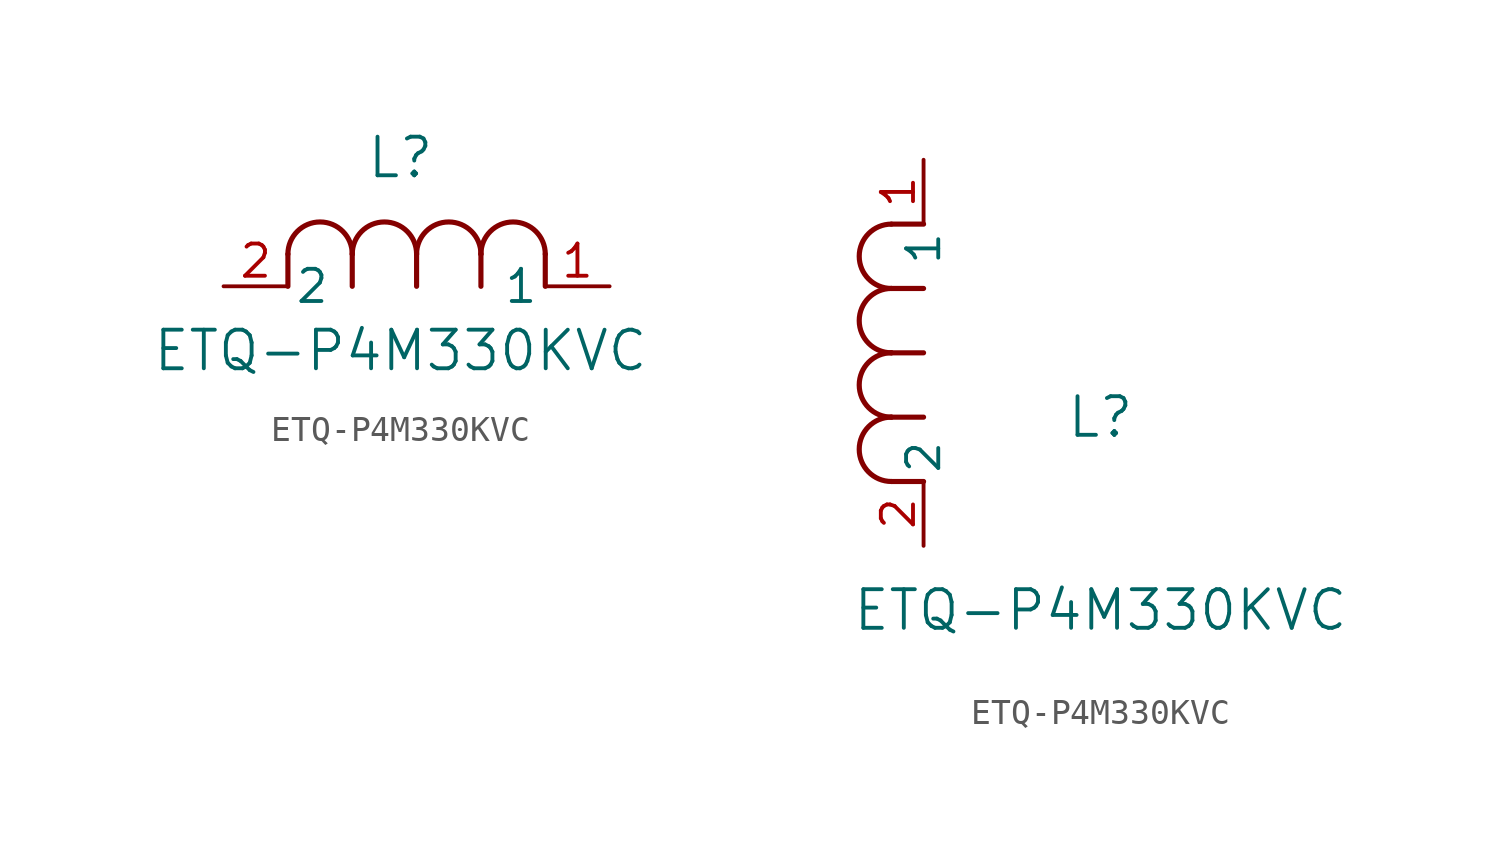
<source format=kicad_sym>
(kicad_symbol_lib
  (version 20211014)
  (generator kicad_symbol_editor)
  (symbol "ETQ-P4M330KVC"
    (pin_names
      (offset 0.254))
    (property "Reference" "L"
      (at 6.985 5.08 0)
      (effects (font (size 1.524 1.524))))
    (property "Value" "ETQ-P4M330KVC"
      (at 6.985 -2.54 0)
      (effects (font (size 1.524 1.524))))
    (symbol "ETQ-P4M330KVC_1_1"
      (arc (start 7.62 1.27) (mid 6.35 2.54) (end 5.08 1.27) (stroke (width 0.2032) (type default) (color 0 0 0 0)) (fill (type none)))
      (polyline (pts (xy 5.08 0) (xy 5.08 1.27)) (stroke (width 0.203) (type default) (color 0 0 0 0)) (fill (type none)))
      (polyline (pts (xy 7.62 0) (xy 7.62 1.27)) (stroke (width 0.203) (type default) (color 0 0 0 0)) (fill (type none)))
      (polyline (pts (xy 12.7 0) (xy 12.7 1.27)) (stroke (width 0.203) (type default) (color 0 0 0 0)) (fill (type none)))
      (arc (start 5.08 1.27) (mid 3.81 2.54) (end 2.54 1.27) (stroke (width 0.2032) (type default) (color 0 0 0 0)) (fill (type none)))
      (arc (start 10.16 1.27) (mid 8.89 2.54) (end 7.62 1.27) (stroke (width 0.2032) (type default) (color 0 0 0 0)) (fill (type none)))
      (arc (start 12.7 1.27) (mid 11.43 2.54) (end 10.16 1.27) (stroke (width 0.2032) (type default) (color 0 0 0 0)) (fill (type none)))
      (polyline (pts (xy 2.54 0) (xy 2.54 1.27)) (stroke (width 0.203) (type default) (color 0 0 0 0)) (fill (type none)))
      (polyline (pts (xy 10.16 0) (xy 10.16 1.27)) (stroke (width 0.203) (type default) (color 0 0 0 0)) (fill (type none)))
      (pin unspecified line (at 0 0 0) (length 2.54) (name "2" (effects (font (size 1.27 1.27)))) (number "2" (effects (font (size 1.27 1.27)))))
      (pin unspecified line (at 15.24 0 180) (length 2.54) (name "1" (effects (font (size 1.27 1.27)))) (number "1" (effects (font (size 1.27 1.27))))))
    (symbol "ETQ-P4M330KVC_1_2"
      (arc (start -1.27 7.62) (mid -2.54 6.35) (end -1.27 5.08) (stroke (width 0.2032) (type default) (color 0 0 0 0)) (fill (type none)))
      (arc (start -1.27 5.08) (mid -2.54 3.81) (end -1.27 2.54) (stroke (width 0.2032) (type default) (color 0 0 0 0)) (fill (type none)))
      (arc (start -1.27 12.7) (mid -2.54 11.43) (end -1.27 10.16) (stroke (width 0.2032) (type default) (color 0 0 0 0)) (fill (type none)))
      (arc (start -1.27 10.16) (mid -2.54 8.89) (end -1.27 7.62) (stroke (width 0.2032) (type default) (color 0 0 0 0)) (fill (type none)))
      (polyline (pts (xy 0 7.62) (xy -1.27 7.62)) (stroke (width 0.203) (type default) (color 0 0 0 0)) (fill (type none)))
      (polyline (pts (xy 0 5.08) (xy -1.27 5.08)) (stroke (width 0.203) (type default) (color 0 0 0 0)) (fill (type none)))
      (polyline (pts (xy 0 12.7) (xy -1.27 12.7)) (stroke (width 0.203) (type default) (color 0 0 0 0)) (fill (type none)))
      (polyline (pts (xy 0 2.54) (xy -1.27 2.54)) (stroke (width 0.203) (type default) (color 0 0 0 0)) (fill (type none)))
      (polyline (pts (xy 0 10.16) (xy -1.27 10.16)) (stroke (width 0.203) (type default) (color 0 0 0 0)) (fill (type none)))
      (pin unspecified line (at 0 0 90) (length 2.54) (name "2" (effects (font (size 1.27 1.27)))) (number "2" (effects (font (size 1.27 1.27)))))
      (pin unspecified line (at 0 15.24 270) (length 2.54) (name "1" (effects (font (size 1.27 1.27)))) (number "1" (effects (font (size 1.27 1.27))))))))
</source>
